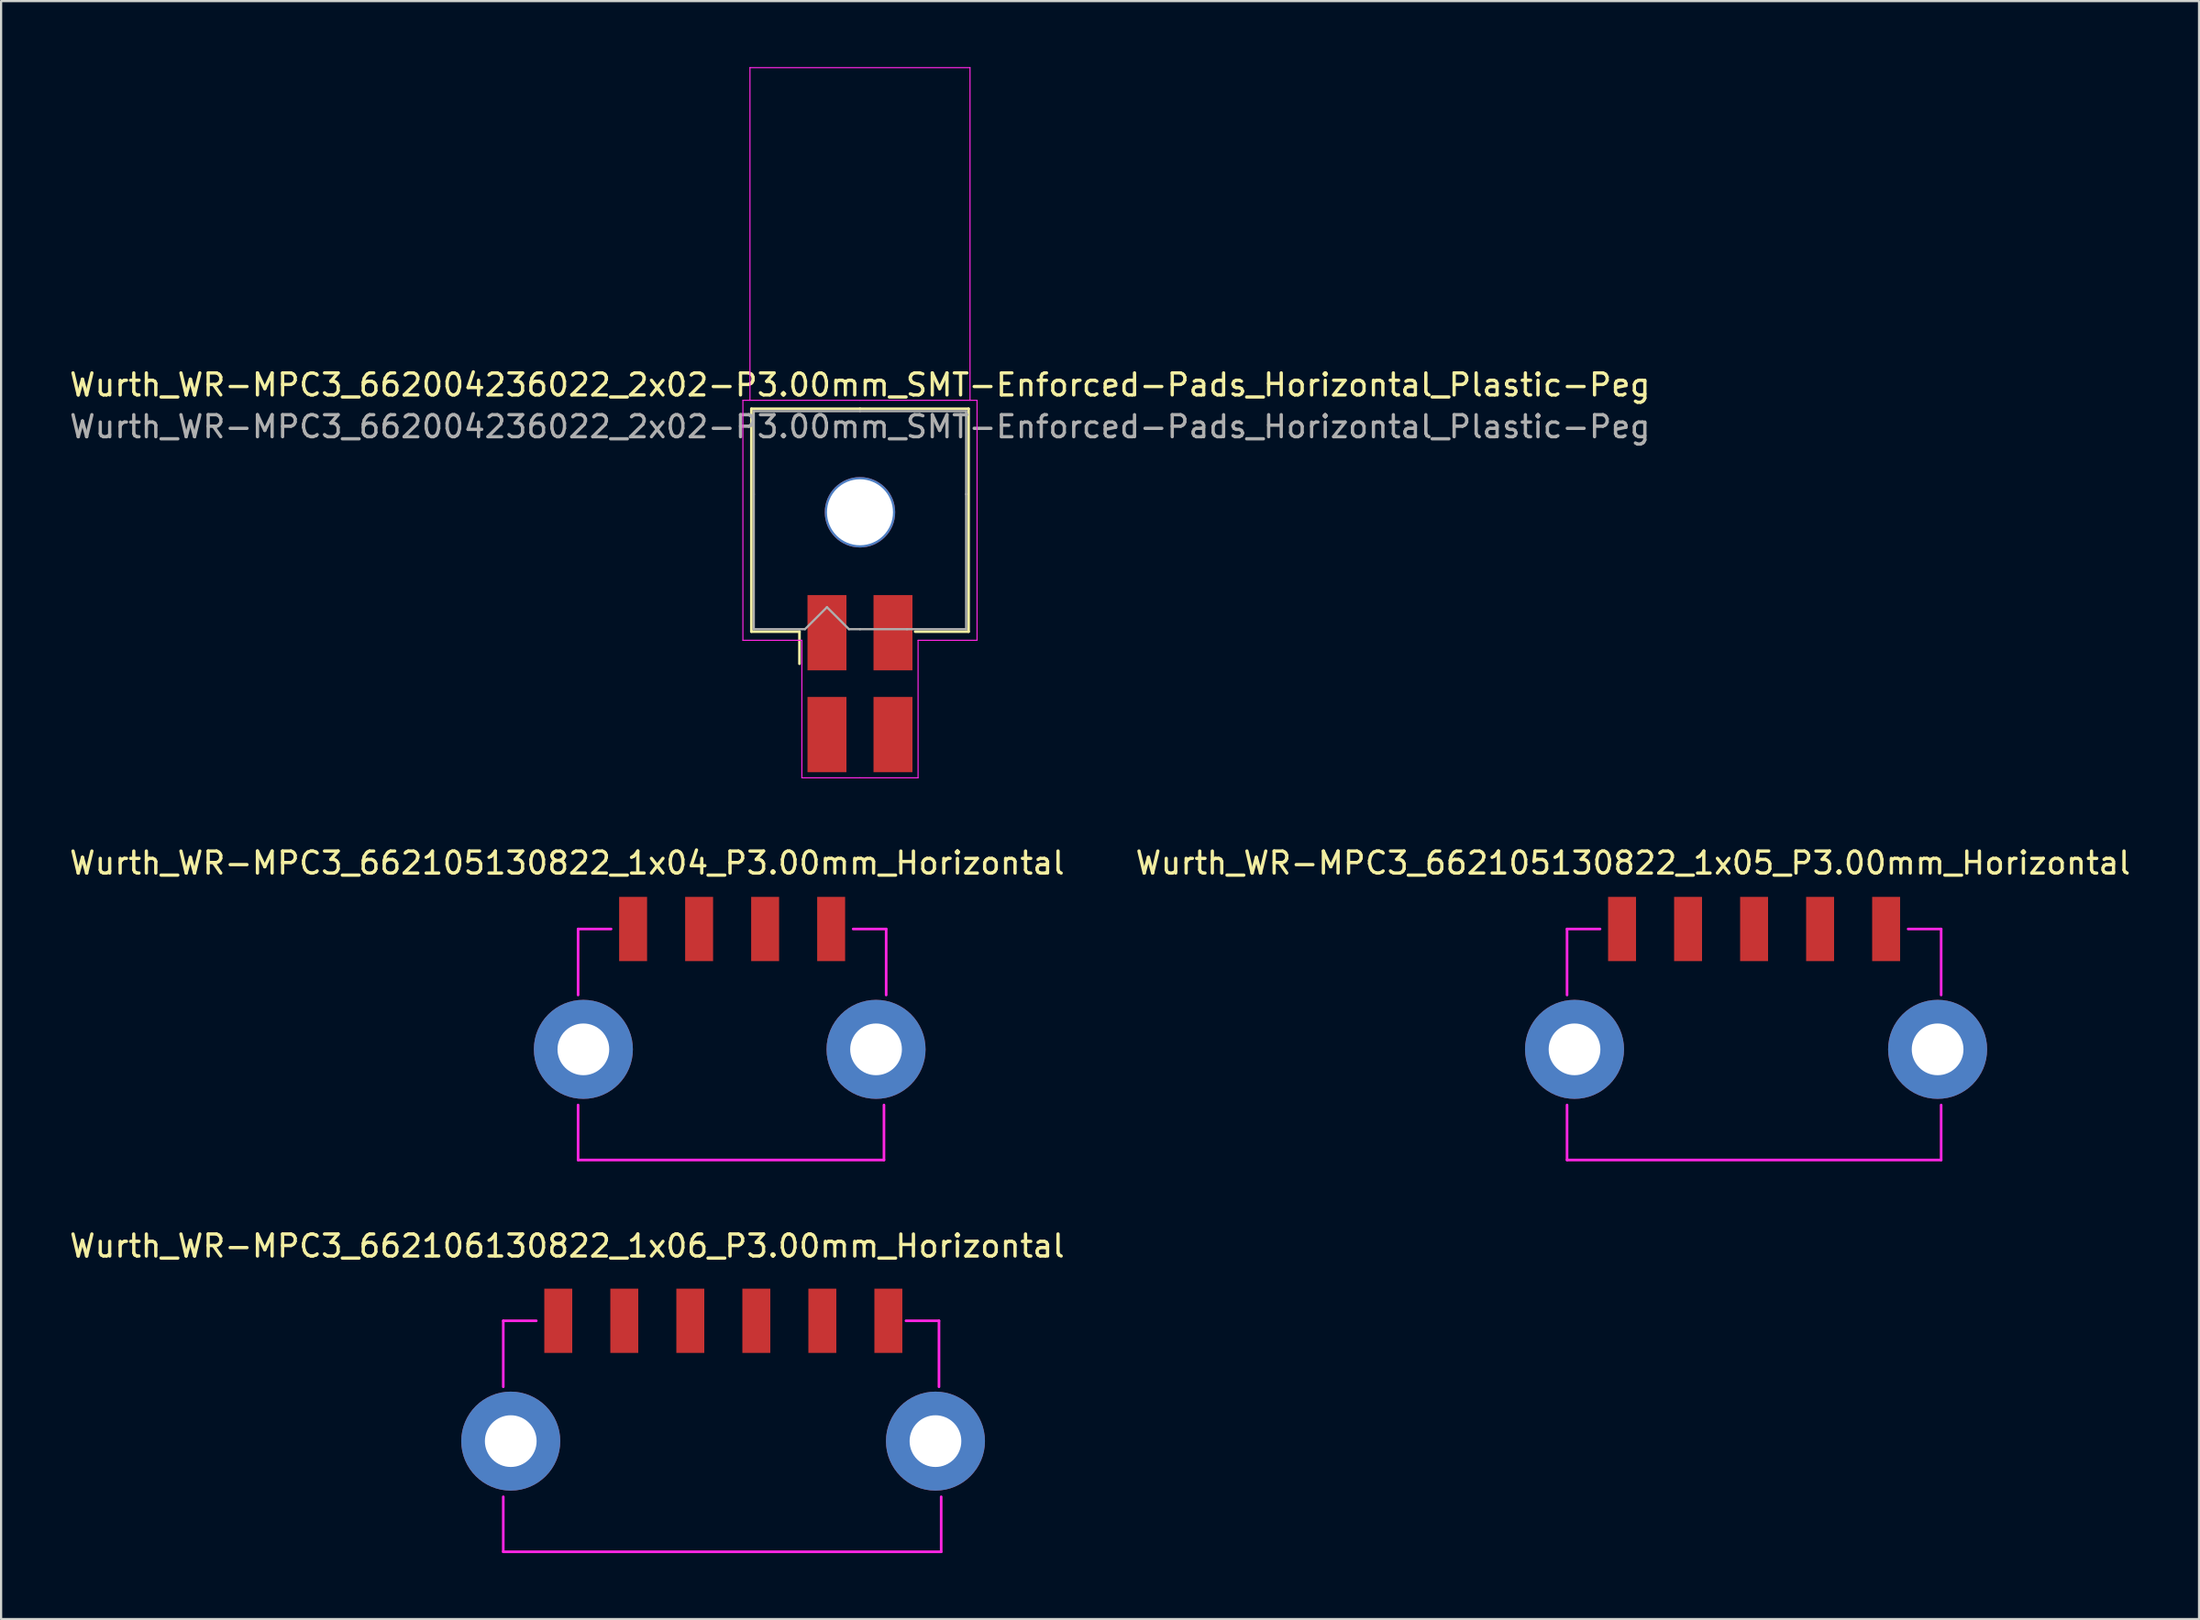
<source format=kicad_pcb>
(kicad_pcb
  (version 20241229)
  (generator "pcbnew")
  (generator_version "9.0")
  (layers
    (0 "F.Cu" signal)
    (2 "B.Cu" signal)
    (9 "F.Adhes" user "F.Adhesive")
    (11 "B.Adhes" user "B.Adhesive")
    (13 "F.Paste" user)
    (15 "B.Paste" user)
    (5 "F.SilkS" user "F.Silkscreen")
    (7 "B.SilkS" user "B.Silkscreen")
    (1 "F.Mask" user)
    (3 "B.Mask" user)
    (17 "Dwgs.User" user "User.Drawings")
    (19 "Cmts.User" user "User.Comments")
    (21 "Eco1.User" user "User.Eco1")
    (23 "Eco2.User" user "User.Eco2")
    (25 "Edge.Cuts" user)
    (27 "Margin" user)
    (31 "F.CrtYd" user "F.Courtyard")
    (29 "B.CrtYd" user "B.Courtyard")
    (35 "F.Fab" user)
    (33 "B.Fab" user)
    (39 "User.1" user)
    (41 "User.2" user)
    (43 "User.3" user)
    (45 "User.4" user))
  (footprint "Wurth_WR-MPC3_662106130822_1x06_P3.00mm_Horizontal"
    (layer "F.Cu")
    (at 22.32 56.986)
    (property "Reference" "Wurth_WR-MPC3_662106130822_1x06_P3.00mm_Horizontal" (at 0.4 -3.4 0) (layer "F.SilkS") (effects (font (size 1 1) (thickness 0.15))))
    (attr through_hole)
    (fp_line (start -2.5 0) (end -2.5 3) (stroke (width 0.12) (type solid)) (layer "F.CrtYd"))
    (fp_line (start -2.5 8) (end -2.5 10.5) (stroke (width 0.12) (type solid)) (layer "F.CrtYd"))
    (fp_line (start -2.5 10.5) (end 17.4 10.5) (stroke (width 0.12) (type solid)) (layer "F.CrtYd"))
    (fp_line (start -1 0) (end -2.5 0) (stroke (width 0.12) (type solid)) (layer "F.CrtYd"))
    (fp_line (start 17.3 0) (end 15.8 0) (stroke (width 0.12) (type solid)) (layer "F.CrtYd"))
    (fp_line (start 17.3 3) (end 17.3 0) (stroke (width 0.12) (type solid)) (layer "F.CrtYd"))
    (fp_line (start 17.4 10.5) (end 17.4 8) (stroke (width 0.12) (type solid)) (layer "F.CrtYd"))
    (pad "1" smd rect (at 0 0) (size 1.27 2.92) (layers "F.Cu" "F.Mask" "F.Paste"))
    (pad "2" smd rect (at 3 0) (size 1.27 2.92) (layers "F.Cu" "F.Mask" "F.Paste"))
    (pad "3" smd rect (at 6 0) (size 1.27 2.92) (layers "F.Cu" "F.Mask" "F.Paste"))
    (pad "4" smd rect (at 9 0) (size 1.27 2.92) (layers "F.Cu" "F.Mask" "F.Paste"))
    (pad "5" smd rect (at 12 0) (size 1.27 2.92) (layers "F.Cu" "F.Mask" "F.Paste"))
    (pad "6" smd rect (at 15 0) (size 1.27 2.92) (layers "F.Cu" "F.Mask" "F.Paste"))
    (pad "MP" thru_hole circle (at -2.16 5.47) (size 4.5 4.5) (drill 2.35) (layers "*.Cu" "*.Mask"))
    (pad "MP" thru_hole circle (at 17.14 5.47) (size 4.5 4.5) (drill 2.35) (layers "*.Cu" "*.Mask")))
  (footprint "Wurth_WR-MPC3_662004236022_2x02-P3.00mm_SMT-Enforced-Pads_Horizontal_Plastic-Peg"
    (layer "F.Cu")
    (at 36.03 28.025)
    (property "Reference" "Wurth_WR-MPC3_662004236022_2x02-P3.00mm_SMT-Enforced-Pads_Horizontal_Plastic-Peg" (at 0 -13.58 0) (layer "F.SilkS") (effects (font (size 1 1) (thickness 0.15))))
    (attr smd)
    (fp_line (start -4.935 -12.495) (end -4.935 -2.365) (stroke (width 0.12) (type solid)) (layer "F.SilkS"))
    (fp_line (start -4.935 -2.365) (end -2.75 -2.365) (stroke (width 0.12) (type solid)) (layer "F.SilkS"))
    (fp_line (start -2.75 -2.365) (end -2.75 -0.905) (stroke (width 0.12) (type solid)) (layer "F.SilkS"))
    (fp_line (start 0 -12.495) (end -4.935 -12.495) (stroke (width 0.12) (type solid)) (layer "F.SilkS"))
    (fp_line (start 0 -12.495) (end 4.935 -12.495) (stroke (width 0.12) (type solid)) (layer "F.SilkS"))
    (fp_line (start 4.935 -12.495) (end 4.935 -2.365) (stroke (width 0.12) (type solid)) (layer "F.SilkS"))
    (fp_line (start 4.935 -2.365) (end 2.505 -2.365) (stroke (width 0.12) (type solid)) (layer "F.SilkS"))
    (fp_poly (pts (xy -2.1 -3.75) (xy -0.9 -3.75) (xy -0.9 -0.9) (xy -2.1 -0.9)) (stroke (width 0.1) (type solid)) (fill yes) (layer "F.Paste"))
    (fp_poly (pts (xy -2.1 0.9) (xy -0.9 0.9) (xy -0.9 3.75) (xy -2.1 3.75)) (stroke (width 0.1) (type solid)) (fill yes) (layer "F.Paste"))
    (fp_poly (pts (xy 0.9 -3.75) (xy 2.1 -3.75) (xy 2.1 -0.9) (xy 0.9 -0.9)) (stroke (width 0.1) (type solid)) (fill yes) (layer "F.Paste"))
    (fp_poly (pts (xy 0.9 0.9) (xy 2.1 0.9) (xy 2.1 3.75) (xy 0.9 3.75)) (stroke (width 0.1) (type solid)) (fill yes) (layer "F.Paste"))
    (fp_line (start -5.32 -12.88) (end -5.32 -1.97) (stroke (width 0.05) (type solid)) (layer "F.CrtYd"))
    (fp_line (start -5.32 -1.97) (end -2.64 -1.97) (stroke (width 0.05) (type solid)) (layer "F.CrtYd"))
    (fp_line (start -5 -28) (end -5 -12.88) (stroke (width 0.05) (type solid)) (layer "F.CrtYd"))
    (fp_line (start -5 -28) (end 5 -28) (stroke (width 0.05) (type solid)) (layer "F.CrtYd"))
    (fp_line (start -2.64 -1.97) (end -2.64 4.28) (stroke (width 0.05) (type solid)) (layer "F.CrtYd"))
    (fp_line (start -2.64 4.28) (end 0 4.28) (stroke (width 0.05) (type solid)) (layer "F.CrtYd"))
    (fp_line (start 0 -12.88) (end -5.32 -12.88) (stroke (width 0.05) (type solid)) (layer "F.CrtYd"))
    (fp_line (start 0 -12.88) (end 5.32 -12.88) (stroke (width 0.05) (type solid)) (layer "F.CrtYd"))
    (fp_line (start 2.64 -1.97) (end 2.64 4.28) (stroke (width 0.05) (type solid)) (layer "F.CrtYd"))
    (fp_line (start 2.64 4.28) (end 0 4.28) (stroke (width 0.05) (type solid)) (layer "F.CrtYd"))
    (fp_line (start 5 -28) (end 5 -12.88) (stroke (width 0.05) (type solid)) (layer "F.CrtYd"))
    (fp_line (start 5.32 -12.88) (end 5.32 -1.97) (stroke (width 0.05) (type solid)) (layer "F.CrtYd"))
    (fp_line (start 5.32 -1.97) (end 2.64 -1.97) (stroke (width 0.05) (type solid)) (layer "F.CrtYd"))
    (fp_line (start -4.825 -12.385) (end -4.825 -8.61) (stroke (width 0.1) (type solid)) (layer "F.Fab"))
    (fp_line (start -4.825 -8.61) (end -4.825 -2.475) (stroke (width 0.1) (type solid)) (layer "F.Fab"))
    (fp_line (start -4.825 -2.475) (end -2.5 -2.475) (stroke (width 0.1) (type solid)) (layer "F.Fab"))
    (fp_line (start -2.5 -2.475) (end -1.5 -3.475) (stroke (width 0.1) (type solid)) (layer "F.Fab"))
    (fp_line (start -1.5 -3.475) (end -0.5 -2.475) (stroke (width 0.1) (type solid)) (layer "F.Fab"))
    (fp_line (start -0.5 -2.475) (end 0 -2.475) (stroke (width 0.1) (type solid)) (layer "F.Fab"))
    (fp_line (start 0 -12.385) (end -4.825 -12.385) (stroke (width 0.1) (type solid)) (layer "F.Fab"))
    (fp_line (start 0 -12.385) (end 4.825 -12.385) (stroke (width 0.1) (type solid)) (layer "F.Fab"))
    (fp_line (start 2.135 -2.475) (end 0 -2.475) (stroke (width 0.1) (type solid)) (layer "F.Fab"))
    (fp_line (start 4.825 -12.385) (end 4.825 -8.61) (stroke (width 0.1) (type solid)) (layer "F.Fab"))
    (fp_line (start 4.825 -8.61) (end 4.825 -2.475) (stroke (width 0.1) (type solid)) (layer "F.Fab"))
    (fp_line (start 4.825 -2.475) (end 2.135 -2.475) (stroke (width 0.1) (type solid)) (layer "F.Fab"))
    (fp_text user "${REFERENCE}" (at 0 -11.68 0) (layer "F.Fab") (effects (font (size 1 1) (thickness 0.15))))
    (pad "" np_thru_hole circle (at 0 -7.79) (size 3.2 3.2) (drill 3) (layers "*.Cu" "*.Mask"))
    (pad "1" smd rect (at -1.5 -2.315) (size 1.77 3.42) (layers "F.Cu" "F.Mask"))
    (pad "2" smd rect (at 1.5 -2.315) (size 1.77 3.42) (layers "F.Cu" "F.Mask"))
    (pad "3" smd rect (at -1.5 2.315) (size 1.77 3.42) (layers "F.Cu" "F.Mask"))
    (pad "4" smd rect (at 1.5 2.315) (size 1.77 3.42) (layers "F.Cu" "F.Mask")))
  (footprint "Wurth_WR-MPC3_662105130822_1x05_P3.00mm_Horizontal"
    (layer "F.Cu")
    (at 70.661 39.178)
    (property "Reference" "Wurth_WR-MPC3_662105130822_1x05_P3.00mm_Horizontal" (at 0.5 -3 0) (layer "F.SilkS") (effects (font (size 1 1) (thickness 0.15))))
    (attr through_hole)
    (fp_line (start -2.5 0) (end -2.5 3) (stroke (width 0.12) (type solid)) (layer "F.CrtYd"))
    (fp_line (start -2.5 8) (end -2.5 10.5) (stroke (width 0.12) (type solid)) (layer "F.CrtYd"))
    (fp_line (start -2.5 10.5) (end 14.5 10.5) (stroke (width 0.12) (type solid)) (layer "F.CrtYd"))
    (fp_line (start -1 0) (end -2.5 0) (stroke (width 0.12) (type solid)) (layer "F.CrtYd"))
    (fp_line (start 14.5 0) (end 13 0) (stroke (width 0.12) (type solid)) (layer "F.CrtYd"))
    (fp_line (start 14.5 3) (end 14.5 0) (stroke (width 0.12) (type solid)) (layer "F.CrtYd"))
    (fp_line (start 14.5 10.5) (end 14.5 8) (stroke (width 0.12) (type solid)) (layer "F.CrtYd"))
    (pad "1" smd rect (at 0 0) (size 1.27 2.92) (layers "F.Cu" "F.Mask" "F.Paste"))
    (pad "2" smd rect (at 3 0) (size 1.27 2.92) (layers "F.Cu" "F.Mask" "F.Paste"))
    (pad "3" smd rect (at 6 0) (size 1.27 2.92) (layers "F.Cu" "F.Mask" "F.Paste"))
    (pad "4" smd rect (at 9 0) (size 1.27 2.92) (layers "F.Cu" "F.Mask" "F.Paste"))
    (pad "5" smd rect (at 12 0) (size 1.27 2.92) (layers "F.Cu" "F.Mask" "F.Paste"))
    (pad "MP" thru_hole circle (at -2.16 5.47) (size 4.5 4.5) (drill 2.35) (layers "*.Cu" "*.Mask"))
    (pad "MP" thru_hole circle (at 14.34 5.47) (size 4.5 4.5) (drill 2.35) (layers "*.Cu" "*.Mask")))
  (footprint "Wurth_WR-MPC3_662105130822_1x04_P3.00mm_Horizontal"
    (layer "F.Cu")
    (at 25.72 39.178)
    (property "Reference" "Wurth_WR-MPC3_662105130822_1x04_P3.00mm_Horizontal" (at -3 -3 0) (layer "F.SilkS") (effects (font (size 1 1) (thickness 0.15))))
    (attr through_hole)
    (fp_line (start -2.5 0) (end -2.5 3) (stroke (width 0.12) (type solid)) (layer "F.CrtYd"))
    (fp_line (start -2.5 8) (end -2.5 10.5) (stroke (width 0.12) (type solid)) (layer "F.CrtYd"))
    (fp_line (start -2.5 10.5) (end 11.4 10.5) (stroke (width 0.12) (type solid)) (layer "F.CrtYd"))
    (fp_line (start -1 0) (end -2.5 0) (stroke (width 0.12) (type solid)) (layer "F.CrtYd"))
    (fp_line (start 11.4 10.5) (end 11.4 8) (stroke (width 0.12) (type solid)) (layer "F.CrtYd"))
    (fp_line (start 11.5 0) (end 10 0) (stroke (width 0.12) (type solid)) (layer "F.CrtYd"))
    (fp_line (start 11.5 3) (end 11.5 0) (stroke (width 0.12) (type solid)) (layer "F.CrtYd"))
    (pad "1" smd rect (at 0 0) (size 1.27 2.92) (layers "F.Cu" "F.Mask" "F.Paste"))
    (pad "2" smd rect (at 3 0) (size 1.27 2.92) (layers "F.Cu" "F.Mask" "F.Paste"))
    (pad "3" smd rect (at 6 0) (size 1.27 2.92) (layers "F.Cu" "F.Mask" "F.Paste"))
    (pad "4" smd rect (at 9 0) (size 1.27 2.92) (layers "F.Cu" "F.Mask" "F.Paste"))
    (pad "MP" thru_hole circle (at -2.26 5.47) (size 4.5 4.5) (drill 2.35) (layers "*.Cu" "*.Mask"))
    (pad "MP" thru_hole circle (at 11.04 5.47) (size 4.5 4.5) (drill 2.35) (layers "*.Cu" "*.Mask")))
  (gr_rect
    (start -3 -3)
    (end 96.881 70.546)
    (stroke (width 0.1) (type default))
    (fill no)
    (layer "Edge.Cuts")))
</source>
